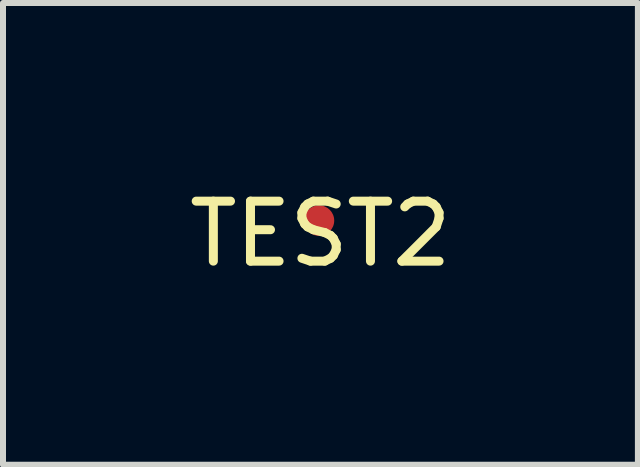
<source format=kicad_pcb>
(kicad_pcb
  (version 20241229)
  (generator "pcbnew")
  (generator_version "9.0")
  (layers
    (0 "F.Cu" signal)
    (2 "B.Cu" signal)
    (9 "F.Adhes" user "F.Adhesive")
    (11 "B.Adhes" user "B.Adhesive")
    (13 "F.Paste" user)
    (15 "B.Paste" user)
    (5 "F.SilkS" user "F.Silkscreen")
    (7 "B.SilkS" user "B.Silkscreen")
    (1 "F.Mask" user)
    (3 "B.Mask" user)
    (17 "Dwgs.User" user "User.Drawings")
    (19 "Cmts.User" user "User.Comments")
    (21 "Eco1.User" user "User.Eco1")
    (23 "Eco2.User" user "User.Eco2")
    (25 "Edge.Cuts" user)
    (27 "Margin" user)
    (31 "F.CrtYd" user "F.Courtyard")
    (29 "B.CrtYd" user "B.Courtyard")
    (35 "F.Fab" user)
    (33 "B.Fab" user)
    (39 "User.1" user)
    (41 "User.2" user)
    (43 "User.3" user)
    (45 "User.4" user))
  (footprint "TEST2"
    (layer "F.Cu")
    (at 2.292 0.348)
    (property "Reference" "TEST2" (at 0 0.5 0) (layer "F.SilkS") (effects (font (size 1 1) (thickness 0.15))))
    (attr through_hole)
    (pad "1" smd circle (at -0.025 0.279) (size 0.508 0.508) (layers "F.Cu" "F.Mask")))
  (gr_rect
    (start -3 -3)
    (end 7.583 4.697)
    (stroke (width 0.1) (type default))
    (fill no)
    (layer "Edge.Cuts")))
</source>
